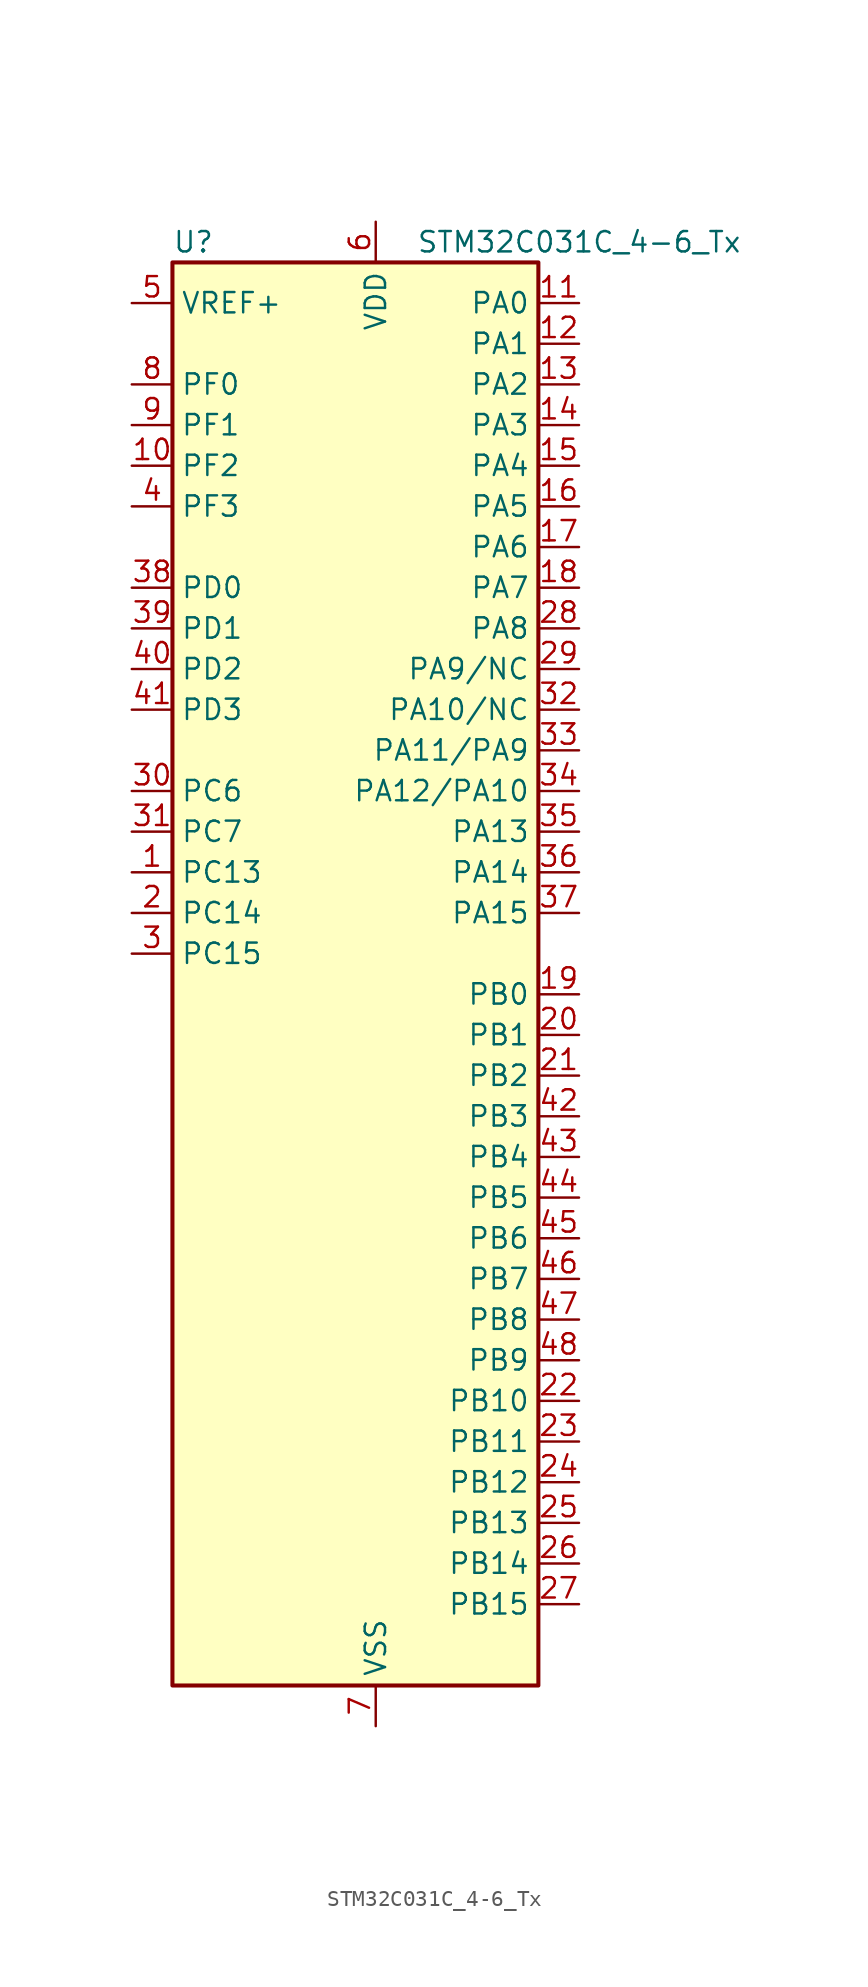
<source format=kicad_sym>
(kicad_symbol_lib
  (version 20220914)
  (generator kicad_symbol_editor)
  (symbol "STM32C031C_4-6_Tx"
    (property "Reference" "U"
      (at -10.16 46.99 0)
      (effects (font (size 1.27 1.27)) (justify left)))
    (property "Value" "STM32C031C_4-6_Tx"
      (at 5.08 46.99 0)
      (effects (font (size 1.27 1.27)) (justify left)))
    (property "ki_locked" ""
      (at 0 0 0)
      (effects (font (size 1.27 1.27))))
    (symbol "STM32C031C_4-6_Tx_0_1"
      (rectangle (start -10.16 -43.18) (end 12.7 45.72) (stroke (width 0.254) (type default)) (fill (type background))))
    (symbol "STM32C031C_4-6_Tx_1_1"
      (pin bidirectional line (at -12.7 7.62 0) (length 2.54) (name "PC13" (effects (font (size 1.27 1.27)))) (number "1" (effects (font (size 1.27 1.27)))) (alternate "PWR_WKUP2" bidirectional line) (alternate "RTC_OUT1" bidirectional line) (alternate "RTC_TS" bidirectional line) (alternate "TIM1_BKIN" bidirectional line) (alternate "TIM1_ETR" bidirectional line))
      (pin bidirectional line (at -12.7 33.02 0) (length 2.54) (name "PF2" (effects (font (size 1.27 1.27)))) (number "10" (effects (font (size 1.27 1.27)))) (alternate "RCC_MCO" bidirectional line) (alternate "TIM1_CH4" bidirectional line))
      (pin bidirectional line (at 15.24 43.18 180) (length 2.54) (name "PA0" (effects (font (size 1.27 1.27)))) (number "11" (effects (font (size 1.27 1.27)))) (alternate "ADC1_IN0" bidirectional line) (alternate "PWR_WKUP1" bidirectional line) (alternate "TIM16_CH1" bidirectional line) (alternate "TIM1_CH1" bidirectional line) (alternate "USART1_TX" bidirectional line) (alternate "USART2_CTS" bidirectional line) (alternate "USART2_NSS" bidirectional line))
      (pin bidirectional line (at 15.24 40.64 180) (length 2.54) (name "PA1" (effects (font (size 1.27 1.27)))) (number "12" (effects (font (size 1.27 1.27)))) (alternate "ADC1_IN1" bidirectional line) (alternate "I2C1_SMBA" bidirectional line) (alternate "I2S1_CK" bidirectional line) (alternate "SPI1_SCK" bidirectional line) (alternate "TIM17_CH1" bidirectional line) (alternate "TIM1_CH2" bidirectional line) (alternate "USART1_RX" bidirectional line) (alternate "USART2_CK" bidirectional line) (alternate "USART2_DE" bidirectional line) (alternate "USART2_RTS" bidirectional line))
      (pin bidirectional line (at 15.24 38.1 180) (length 2.54) (name "PA2" (effects (font (size 1.27 1.27)))) (number "13" (effects (font (size 1.27 1.27)))) (alternate "ADC1_IN2" bidirectional line) (alternate "I2S1_SD" bidirectional line) (alternate "PWR_WKUP4" bidirectional line) (alternate "RCC_LSCO" bidirectional line) (alternate "SPI1_MOSI" bidirectional line) (alternate "TIM16_CH1N" bidirectional line) (alternate "TIM1_CH3" bidirectional line) (alternate "TIM3_ETR" bidirectional line) (alternate "USART2_TX" bidirectional line))
      (pin bidirectional line (at 15.24 35.56 180) (length 2.54) (name "PA3" (effects (font (size 1.27 1.27)))) (number "14" (effects (font (size 1.27 1.27)))) (alternate "ADC1_IN3" bidirectional line) (alternate "TIM1_CH1N" bidirectional line) (alternate "TIM1_CH4" bidirectional line) (alternate "USART2_RX" bidirectional line))
      (pin bidirectional line (at 15.24 33.02 180) (length 2.54) (name "PA4" (effects (font (size 1.27 1.27)))) (number "15" (effects (font (size 1.27 1.27)))) (alternate "ADC1_IN4" bidirectional line) (alternate "I2S1_WS" bidirectional line) (alternate "RTC_OUT2" bidirectional line) (alternate "SPI1_NSS" bidirectional line) (alternate "TIM14_CH1" bidirectional line) (alternate "TIM17_CH1N" bidirectional line) (alternate "TIM1_CH2N" bidirectional line) (alternate "USART2_TX" bidirectional line))
      (pin bidirectional line (at 15.24 30.48 180) (length 2.54) (name "PA5" (effects (font (size 1.27 1.27)))) (number "16" (effects (font (size 1.27 1.27)))) (alternate "ADC1_IN5" bidirectional line) (alternate "I2S1_CK" bidirectional line) (alternate "SPI1_SCK" bidirectional line) (alternate "TIM1_CH1" bidirectional line) (alternate "TIM1_CH3N" bidirectional line) (alternate "USART2_RX" bidirectional line))
      (pin bidirectional line (at 15.24 27.94 180) (length 2.54) (name "PA6" (effects (font (size 1.27 1.27)))) (number "17" (effects (font (size 1.27 1.27)))) (alternate "ADC1_IN6" bidirectional line) (alternate "I2S1_MCK" bidirectional line) (alternate "SPI1_MISO" bidirectional line) (alternate "TIM16_CH1" bidirectional line) (alternate "TIM1_BKIN" bidirectional line) (alternate "TIM3_CH1" bidirectional line))
      (pin bidirectional line (at 15.24 25.4 180) (length 2.54) (name "PA7" (effects (font (size 1.27 1.27)))) (number "18" (effects (font (size 1.27 1.27)))) (alternate "ADC1_IN7" bidirectional line) (alternate "I2S1_SD" bidirectional line) (alternate "SPI1_MOSI" bidirectional line) (alternate "TIM14_CH1" bidirectional line) (alternate "TIM17_CH1" bidirectional line) (alternate "TIM1_CH1N" bidirectional line) (alternate "TIM3_CH2" bidirectional line))
      (pin bidirectional line (at 15.24 0 180) (length 2.54) (name "PB0" (effects (font (size 1.27 1.27)))) (number "19" (effects (font (size 1.27 1.27)))) (alternate "ADC1_IN17" bidirectional line) (alternate "I2S1_WS" bidirectional line) (alternate "SPI1_NSS" bidirectional line) (alternate "TIM1_CH2N" bidirectional line) (alternate "TIM3_CH3" bidirectional line))
      (pin bidirectional line (at -12.7 5.08 0) (length 2.54) (name "PC14" (effects (font (size 1.27 1.27)))) (number "2" (effects (font (size 1.27 1.27)))) (alternate "I2C1_SDA" bidirectional line) (alternate "IR_OUT" bidirectional line) (alternate "RCC_OSCX_IN" bidirectional line) (alternate "TIM17_CH1" bidirectional line) (alternate "TIM1_BKIN2" bidirectional line) (alternate "TIM1_ETR" bidirectional line) (alternate "TIM3_CH2" bidirectional line) (alternate "USART1_TX" bidirectional line) (alternate "USART2_CK" bidirectional line) (alternate "USART2_DE" bidirectional line) (alternate "USART2_RTS" bidirectional line))
      (pin bidirectional line (at 15.24 -2.54 180) (length 2.54) (name "PB1" (effects (font (size 1.27 1.27)))) (number "20" (effects (font (size 1.27 1.27)))) (alternate "ADC1_IN18" bidirectional line) (alternate "TIM14_CH1" bidirectional line) (alternate "TIM1_CH2N" bidirectional line) (alternate "TIM1_CH3N" bidirectional line) (alternate "TIM3_CH4" bidirectional line))
      (pin bidirectional line (at 15.24 -5.08 180) (length 2.54) (name "PB2" (effects (font (size 1.27 1.27)))) (number "21" (effects (font (size 1.27 1.27)))) (alternate "ADC1_IN19" bidirectional line) (alternate "RCC_MCO_2" bidirectional line) (alternate "USART1_RX" bidirectional line))
      (pin bidirectional line (at 15.24 -25.4 180) (length 2.54) (name "PB10" (effects (font (size 1.27 1.27)))) (number "22" (effects (font (size 1.27 1.27)))) (alternate "ADC1_IN20" bidirectional line))
      (pin bidirectional line (at 15.24 -27.94 180) (length 2.54) (name "PB11" (effects (font (size 1.27 1.27)))) (number "23" (effects (font (size 1.27 1.27)))) (alternate "ADC1_EXTI11" bidirectional line) (alternate "ADC1_IN21" bidirectional line))
      (pin bidirectional line (at 15.24 -30.48 180) (length 2.54) (name "PB12" (effects (font (size 1.27 1.27)))) (number "24" (effects (font (size 1.27 1.27)))) (alternate "ADC1_IN22" bidirectional line) (alternate "TIM1_BKIN" bidirectional line) (alternate "TIM1_BKIN2" bidirectional line))
      (pin bidirectional line (at 15.24 -33.02 180) (length 2.54) (name "PB13" (effects (font (size 1.27 1.27)))) (number "25" (effects (font (size 1.27 1.27)))) (alternate "TIM1_CH1N" bidirectional line))
      (pin bidirectional line (at 15.24 -35.56 180) (length 2.54) (name "PB14" (effects (font (size 1.27 1.27)))) (number "26" (effects (font (size 1.27 1.27)))) (alternate "TIM1_CH2N" bidirectional line))
      (pin bidirectional line (at 15.24 -38.1 180) (length 2.54) (name "PB15" (effects (font (size 1.27 1.27)))) (number "27" (effects (font (size 1.27 1.27)))) (alternate "RTC_REFIN" bidirectional line) (alternate "TIM1_CH3N" bidirectional line))
      (pin bidirectional line (at 15.24 22.86 180) (length 2.54) (name "PA8" (effects (font (size 1.27 1.27)))) (number "28" (effects (font (size 1.27 1.27)))) (alternate "ADC1_IN8" bidirectional line) (alternate "I2S1_WS" bidirectional line) (alternate "RCC_MCO" bidirectional line) (alternate "RCC_MCO_2" bidirectional line) (alternate "SPI1_NSS" bidirectional line) (alternate "TIM14_CH1" bidirectional line) (alternate "TIM1_CH1" bidirectional line) (alternate "TIM1_CH2N" bidirectional line) (alternate "TIM1_CH3N" bidirectional line) (alternate "TIM3_CH3" bidirectional line) (alternate "TIM3_CH4" bidirectional line) (alternate "USART1_RX" bidirectional line) (alternate "USART2_TX" bidirectional line))
      (pin bidirectional line (at 15.24 20.32 180) (length 2.54) (name "PA9/NC" (effects (font (size 1.27 1.27)))) (number "29" (effects (font (size 1.27 1.27)))) (alternate "I2C1_SCL" bidirectional line) (alternate "RCC_MCO" bidirectional line) (alternate "TIM1_CH2" bidirectional line) (alternate "TIM3_ETR" bidirectional line) (alternate "USART1_TX" bidirectional line))
      (pin bidirectional line (at -12.7 2.54 0) (length 2.54) (name "PC15" (effects (font (size 1.27 1.27)))) (number "3" (effects (font (size 1.27 1.27)))) (alternate "RCC_OSC32_EN" bidirectional line) (alternate "RCC_OSCX_OUT" bidirectional line) (alternate "RCC_OSC_EN" bidirectional line) (alternate "TIM1_ETR" bidirectional line) (alternate "TIM3_CH3" bidirectional line))
      (pin bidirectional line (at -12.7 12.7 0) (length 2.54) (name "PC6" (effects (font (size 1.27 1.27)))) (number "30" (effects (font (size 1.27 1.27)))) (alternate "TIM3_CH1" bidirectional line))
      (pin bidirectional line (at -12.7 10.16 0) (length 2.54) (name "PC7" (effects (font (size 1.27 1.27)))) (number "31" (effects (font (size 1.27 1.27)))) (alternate "TIM3_CH2" bidirectional line))
      (pin bidirectional line (at 15.24 17.78 180) (length 2.54) (name "PA10/NC" (effects (font (size 1.27 1.27)))) (number "32" (effects (font (size 1.27 1.27)))) (alternate "I2C1_SDA" bidirectional line) (alternate "RCC_MCO_2" bidirectional line) (alternate "TIM17_BKIN" bidirectional line) (alternate "TIM1_CH3" bidirectional line) (alternate "USART1_RX" bidirectional line))
      (pin bidirectional line (at 15.24 15.24 180) (length 2.54) (name "PA11/PA9" (effects (font (size 1.27 1.27)))) (number "33" (effects (font (size 1.27 1.27)))) (alternate "ADC1_EXTI11" bidirectional line) (alternate "ADC1_IN11" bidirectional line) (alternate "I2S1_MCK" bidirectional line) (alternate "SPI1_MISO" bidirectional line) (alternate "TIM1_BKIN2" bidirectional line) (alternate "TIM1_CH4" bidirectional line) (alternate "USART1_CTS" bidirectional line) (alternate "USART1_NSS" bidirectional line))
      (pin bidirectional line (at 15.24 12.7 180) (length 2.54) (name "PA12/PA10" (effects (font (size 1.27 1.27)))) (number "34" (effects (font (size 1.27 1.27)))) (alternate "ADC1_IN12" bidirectional line) (alternate "I2S1_SD" bidirectional line) (alternate "I2S_CKIN" bidirectional line) (alternate "SPI1_MOSI" bidirectional line) (alternate "TIM1_ETR" bidirectional line) (alternate "USART1_CK" bidirectional line) (alternate "USART1_DE" bidirectional line) (alternate "USART1_RTS" bidirectional line))
      (pin bidirectional line (at 15.24 10.16 180) (length 2.54) (name "PA13" (effects (font (size 1.27 1.27)))) (number "35" (effects (font (size 1.27 1.27)))) (alternate "ADC1_IN13" bidirectional line) (alternate "DEBUG_SWDIO" bidirectional line) (alternate "IR_OUT" bidirectional line) (alternate "TIM3_ETR" bidirectional line) (alternate "USART2_RX" bidirectional line))
      (pin bidirectional line (at 15.24 7.62 180) (length 2.54) (name "PA14" (effects (font (size 1.27 1.27)))) (number "36" (effects (font (size 1.27 1.27)))) (alternate "ADC1_IN14" bidirectional line) (alternate "DEBUG_SWCLK" bidirectional line) (alternate "I2S1_WS" bidirectional line) (alternate "RCC_MCO_2" bidirectional line) (alternate "SPI1_NSS" bidirectional line) (alternate "TIM1_CH1" bidirectional line) (alternate "USART1_CK" bidirectional line) (alternate "USART1_DE" bidirectional line) (alternate "USART1_RTS" bidirectional line) (alternate "USART2_RX" bidirectional line) (alternate "USART2_TX" bidirectional line))
      (pin bidirectional line (at 15.24 5.08 180) (length 2.54) (name "PA15" (effects (font (size 1.27 1.27)))) (number "37" (effects (font (size 1.27 1.27)))) (alternate "I2S1_WS" bidirectional line) (alternate "RCC_MCO_2" bidirectional line) (alternate "SPI1_NSS" bidirectional line) (alternate "TIM1_CH1" bidirectional line) (alternate "USART1_CK" bidirectional line) (alternate "USART1_DE" bidirectional line) (alternate "USART1_RTS" bidirectional line) (alternate "USART2_RX" bidirectional line))
      (pin bidirectional line (at -12.7 25.4 0) (length 2.54) (name "PD0" (effects (font (size 1.27 1.27)))) (number "38" (effects (font (size 1.27 1.27)))) (alternate "TIM16_CH1" bidirectional line))
      (pin bidirectional line (at -12.7 22.86 0) (length 2.54) (name "PD1" (effects (font (size 1.27 1.27)))) (number "39" (effects (font (size 1.27 1.27)))) (alternate "TIM17_CH1" bidirectional line))
      (pin bidirectional line (at -12.7 30.48 0) (length 2.54) (name "PF3" (effects (font (size 1.27 1.27)))) (number "4" (effects (font (size 1.27 1.27)))))
      (pin bidirectional line (at -12.7 20.32 0) (length 2.54) (name "PD2" (effects (font (size 1.27 1.27)))) (number "40" (effects (font (size 1.27 1.27)))) (alternate "TIM1_CH1N" bidirectional line) (alternate "TIM3_ETR" bidirectional line))
      (pin bidirectional line (at -12.7 17.78 0) (length 2.54) (name "PD3" (effects (font (size 1.27 1.27)))) (number "41" (effects (font (size 1.27 1.27)))) (alternate "TIM1_CH2N" bidirectional line) (alternate "USART2_CTS" bidirectional line) (alternate "USART2_NSS" bidirectional line))
      (pin bidirectional line (at 15.24 -7.62 180) (length 2.54) (name "PB3" (effects (font (size 1.27 1.27)))) (number "42" (effects (font (size 1.27 1.27)))) (alternate "I2S1_CK" bidirectional line) (alternate "SPI1_SCK" bidirectional line) (alternate "TIM1_CH2" bidirectional line) (alternate "TIM3_CH2" bidirectional line) (alternate "USART1_CK" bidirectional line) (alternate "USART1_DE" bidirectional line) (alternate "USART1_RTS" bidirectional line))
      (pin bidirectional line (at 15.24 -10.16 180) (length 2.54) (name "PB4" (effects (font (size 1.27 1.27)))) (number "43" (effects (font (size 1.27 1.27)))) (alternate "I2S1_MCK" bidirectional line) (alternate "SPI1_MISO" bidirectional line) (alternate "TIM17_BKIN" bidirectional line) (alternate "TIM3_CH1" bidirectional line) (alternate "USART1_CTS" bidirectional line) (alternate "USART1_NSS" bidirectional line))
      (pin bidirectional line (at 15.24 -12.7 180) (length 2.54) (name "PB5" (effects (font (size 1.27 1.27)))) (number "44" (effects (font (size 1.27 1.27)))) (alternate "I2C1_SMBA" bidirectional line) (alternate "I2S1_SD" bidirectional line) (alternate "PWR_WKUP6" bidirectional line) (alternate "SPI1_MOSI" bidirectional line) (alternate "TIM16_BKIN" bidirectional line) (alternate "TIM3_CH2" bidirectional line) (alternate "TIM3_CH3" bidirectional line))
      (pin bidirectional line (at 15.24 -15.24 180) (length 2.54) (name "PB6" (effects (font (size 1.27 1.27)))) (number "45" (effects (font (size 1.27 1.27)))) (alternate "I2C1_SCL" bidirectional line) (alternate "I2C1_SMBA" bidirectional line) (alternate "I2S1_CK" bidirectional line) (alternate "I2S1_MCK" bidirectional line) (alternate "I2S1_SD" bidirectional line) (alternate "PWR_WKUP3" bidirectional line) (alternate "SPI1_MISO" bidirectional line) (alternate "SPI1_MOSI" bidirectional line) (alternate "SPI1_SCK" bidirectional line) (alternate "TIM16_BKIN" bidirectional line) (alternate "TIM16_CH1N" bidirectional line) (alternate "TIM17_BKIN" bidirectional line) (alternate "TIM1_CH2" bidirectional line) (alternate "TIM1_CH3" bidirectional line) (alternate "TIM3_CH1" bidirectional line) (alternate "TIM3_CH2" bidirectional line) (alternate "TIM3_CH3" bidirectional line) (alternate "USART1_CK" bidirectional line) (alternate "USART1_CTS" bidirectional line) (alternate "USART1_DE" bidirectional line) (alternate "USART1_NSS" bidirectional line) (alternate "USART1_RTS" bidirectional line) (alternate "USART1_TX" bidirectional line))
      (pin bidirectional line (at 15.24 -17.78 180) (length 2.54) (name "PB7" (effects (font (size 1.27 1.27)))) (number "46" (effects (font (size 1.27 1.27)))) (alternate "I2C1_SCL" bidirectional line) (alternate "I2C1_SDA" bidirectional line) (alternate "TIM16_CH1" bidirectional line) (alternate "TIM17_CH1N" bidirectional line) (alternate "TIM1_CH4" bidirectional line) (alternate "TIM3_CH1" bidirectional line) (alternate "TIM3_CH4" bidirectional line) (alternate "USART1_RX" bidirectional line) (alternate "USART2_CTS" bidirectional line) (alternate "USART2_NSS" bidirectional line))
      (pin bidirectional line (at 15.24 -20.32 180) (length 2.54) (name "PB8" (effects (font (size 1.27 1.27)))) (number "47" (effects (font (size 1.27 1.27)))) (alternate "I2C1_SCL" bidirectional line) (alternate "TIM16_CH1" bidirectional line) (alternate "TIM3_CH1" bidirectional line) (alternate "USART2_CTS" bidirectional line) (alternate "USART2_NSS" bidirectional line))
      (pin bidirectional line (at 15.24 -22.86 180) (length 2.54) (name "PB9" (effects (font (size 1.27 1.27)))) (number "48" (effects (font (size 1.27 1.27)))) (alternate "I2C1_SDA" bidirectional line) (alternate "IR_OUT" bidirectional line) (alternate "TIM17_CH1" bidirectional line) (alternate "TIM3_CH2" bidirectional line) (alternate "USART2_CK" bidirectional line) (alternate "USART2_DE" bidirectional line) (alternate "USART2_RTS" bidirectional line))
      (pin input line (at -12.7 43.18 0) (length 2.54) (name "VREF+" (effects (font (size 1.27 1.27)))) (number "5" (effects (font (size 1.27 1.27)))))
      (pin power_in line (at 2.54 48.26 270) (length 2.54) (name "VDD" (effects (font (size 1.27 1.27)))) (number "6" (effects (font (size 1.27 1.27)))))
      (pin power_in line (at 2.54 -45.72 90) (length 2.54) (name "VSS" (effects (font (size 1.27 1.27)))) (number "7" (effects (font (size 1.27 1.27)))))
      (pin bidirectional line (at -12.7 38.1 0) (length 2.54) (name "PF0" (effects (font (size 1.27 1.27)))) (number "8" (effects (font (size 1.27 1.27)))) (alternate "RCC_OSC_IN" bidirectional line) (alternate "TIM14_CH1" bidirectional line))
      (pin bidirectional line (at -12.7 35.56 0) (length 2.54) (name "PF1" (effects (font (size 1.27 1.27)))) (number "9" (effects (font (size 1.27 1.27)))) (alternate "RCC_OSC_EN" bidirectional line) (alternate "RCC_OSC_OUT" bidirectional line)))))
</source>
